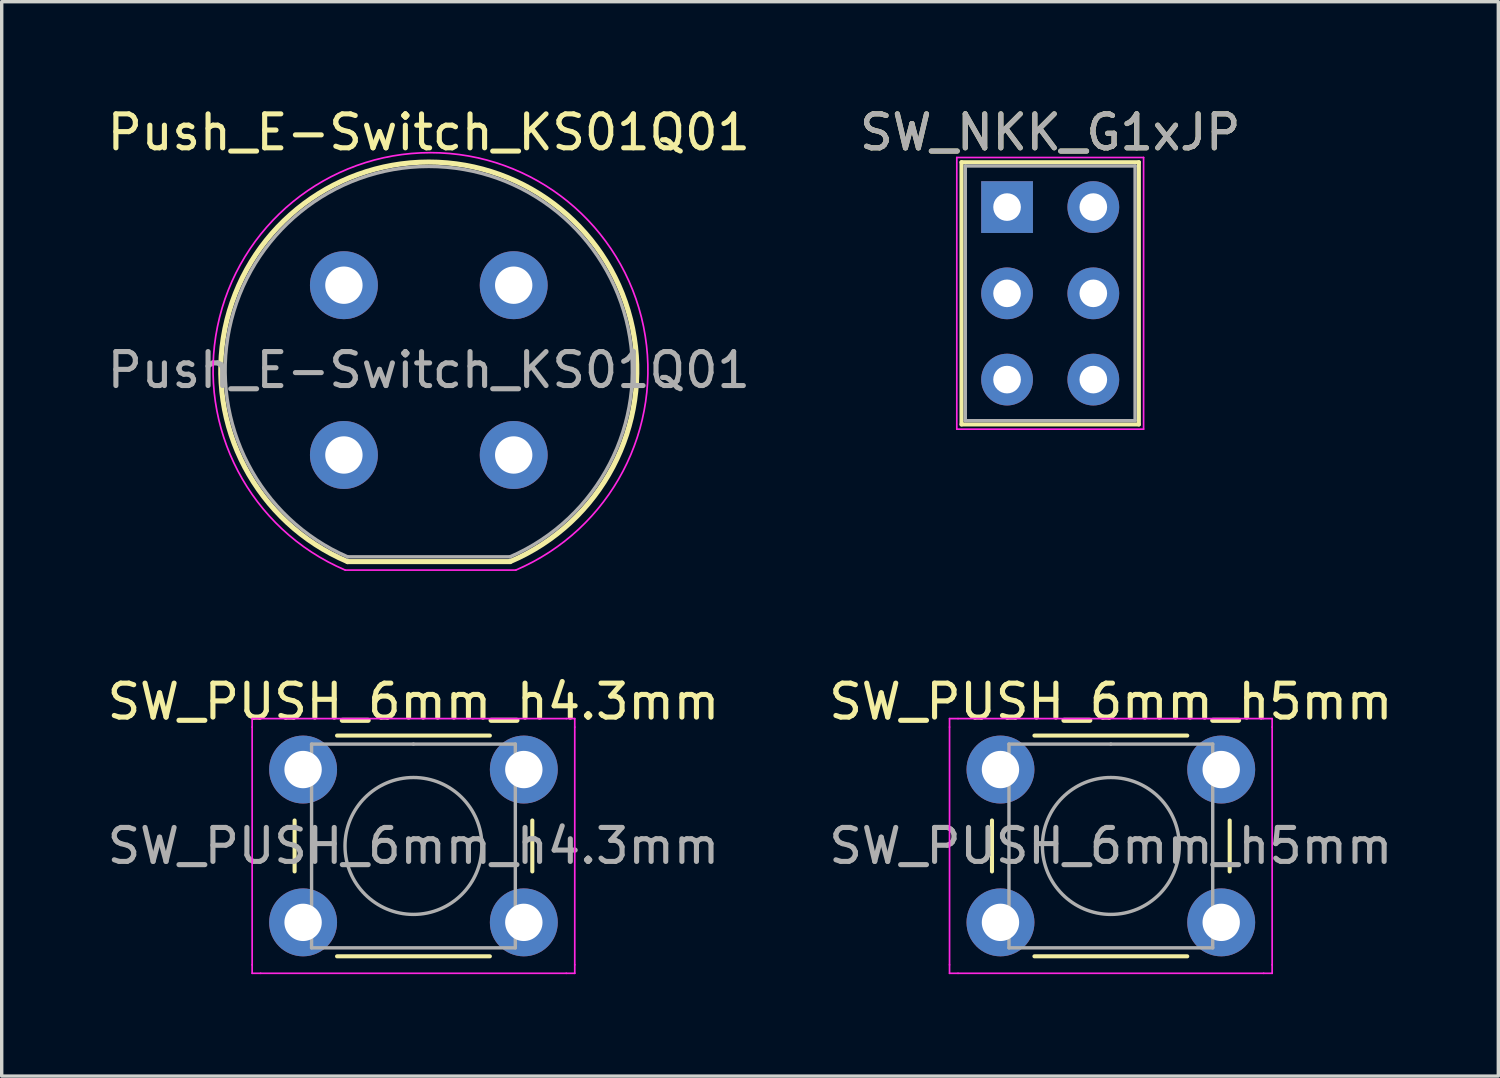
<source format=kicad_pcb>
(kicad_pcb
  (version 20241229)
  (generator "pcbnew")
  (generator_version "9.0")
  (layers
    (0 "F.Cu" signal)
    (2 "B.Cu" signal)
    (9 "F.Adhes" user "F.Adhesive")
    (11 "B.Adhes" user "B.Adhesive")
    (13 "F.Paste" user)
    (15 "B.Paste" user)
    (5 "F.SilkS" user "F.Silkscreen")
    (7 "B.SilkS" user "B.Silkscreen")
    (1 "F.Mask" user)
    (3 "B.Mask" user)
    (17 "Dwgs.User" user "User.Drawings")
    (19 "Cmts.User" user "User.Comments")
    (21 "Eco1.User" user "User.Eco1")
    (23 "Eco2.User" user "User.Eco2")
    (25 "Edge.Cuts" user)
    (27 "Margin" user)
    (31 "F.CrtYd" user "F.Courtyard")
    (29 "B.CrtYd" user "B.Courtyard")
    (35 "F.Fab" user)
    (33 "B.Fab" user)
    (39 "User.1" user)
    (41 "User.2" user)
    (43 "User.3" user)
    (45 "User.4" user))
  (footprint "SW_PUSH_6mm_h4.3mm"
    (layer "F.Cu")
    (at 5.875 19.611)
    (property "Reference" "SW_PUSH_6mm_h4.3mm" (at 3.25 -2 0) (layer "F.SilkS") (effects (font (size 1 1) (thickness 0.15))))
    (attr through_hole)
    (fp_line (start -0.25 1.5) (end -0.25 3) (stroke (width 0.12) (type solid)) (layer "F.SilkS"))
    (fp_line (start 1 5.5) (end 5.5 5.5) (stroke (width 0.12) (type solid)) (layer "F.SilkS"))
    (fp_line (start 5.5 -1) (end 1 -1) (stroke (width 0.12) (type solid)) (layer "F.SilkS"))
    (fp_line (start 6.75 3) (end 6.75 1.5) (stroke (width 0.12) (type solid)) (layer "F.SilkS"))
    (fp_line (start -1.5 -1.5) (end -1.25 -1.5) (stroke (width 0.05) (type solid)) (layer "F.CrtYd"))
    (fp_line (start -1.5 -1.25) (end -1.5 -1.5) (stroke (width 0.05) (type solid)) (layer "F.CrtYd"))
    (fp_line (start -1.5 5.75) (end -1.5 -1.25) (stroke (width 0.05) (type solid)) (layer "F.CrtYd"))
    (fp_line (start -1.5 5.75) (end -1.5 6) (stroke (width 0.05) (type solid)) (layer "F.CrtYd"))
    (fp_line (start -1.5 6) (end -1.25 6) (stroke (width 0.05) (type solid)) (layer "F.CrtYd"))
    (fp_line (start -1.25 -1.5) (end 7.75 -1.5) (stroke (width 0.05) (type solid)) (layer "F.CrtYd"))
    (fp_line (start 7.75 -1.5) (end 8 -1.5) (stroke (width 0.05) (type solid)) (layer "F.CrtYd"))
    (fp_line (start 7.75 6) (end -1.25 6) (stroke (width 0.05) (type solid)) (layer "F.CrtYd"))
    (fp_line (start 7.75 6) (end 8 6) (stroke (width 0.05) (type solid)) (layer "F.CrtYd"))
    (fp_line (start 8 -1.5) (end 8 -1.25) (stroke (width 0.05) (type solid)) (layer "F.CrtYd"))
    (fp_line (start 8 -1.25) (end 8 5.75) (stroke (width 0.05) (type solid)) (layer "F.CrtYd"))
    (fp_line (start 8 6) (end 8 5.75) (stroke (width 0.05) (type solid)) (layer "F.CrtYd"))
    (fp_line (start 0.25 -0.75) (end 3.25 -0.75) (stroke (width 0.1) (type solid)) (layer "F.Fab"))
    (fp_line (start 0.25 5.25) (end 0.25 -0.75) (stroke (width 0.1) (type solid)) (layer "F.Fab"))
    (fp_line (start 3.25 -0.75) (end 6.25 -0.75) (stroke (width 0.1) (type solid)) (layer "F.Fab"))
    (fp_line (start 6.25 -0.75) (end 6.25 5.25) (stroke (width 0.1) (type solid)) (layer "F.Fab"))
    (fp_line (start 6.25 5.25) (end 0.25 5.25) (stroke (width 0.1) (type solid)) (layer "F.Fab"))
    (fp_circle (center 3.25 2.25) (end 1.25 2.5) (stroke (width 0.1) (type solid)) (fill no) (layer "F.Fab"))
    (fp_text user "${REFERENCE}" (at 3.25 2.25 0) (layer "F.Fab") (effects (font (size 1 1) (thickness 0.15))))
    (pad "1" thru_hole circle (at 0 0 90) (size 2 2) (drill 1.1) (layers "*.Cu" "*.Mask"))
    (pad "1" thru_hole circle (at 6.5 0 90) (size 2 2) (drill 1.1) (layers "*.Cu" "*.Mask"))
    (pad "2" thru_hole circle (at 0 4.5 90) (size 2 2) (drill 1.1) (layers "*.Cu" "*.Mask"))
    (pad "2" thru_hole circle (at 6.5 4.5 90) (size 2 2) (drill 1.1) (layers "*.Cu" "*.Mask")))
  (footprint "SW_PUSH_6mm_h5mm"
    (layer "F.Cu")
    (at 26.411 19.611)
    (property "Reference" "SW_PUSH_6mm_h5mm" (at 3.25 -2 0) (layer "F.SilkS") (effects (font (size 1 1) (thickness 0.15))))
    (attr through_hole)
    (fp_line (start -0.25 1.5) (end -0.25 3) (stroke (width 0.12) (type solid)) (layer "F.SilkS"))
    (fp_line (start 1 5.5) (end 5.5 5.5) (stroke (width 0.12) (type solid)) (layer "F.SilkS"))
    (fp_line (start 5.5 -1) (end 1 -1) (stroke (width 0.12) (type solid)) (layer "F.SilkS"))
    (fp_line (start 6.75 3) (end 6.75 1.5) (stroke (width 0.12) (type solid)) (layer "F.SilkS"))
    (fp_line (start -1.5 -1.5) (end -1.25 -1.5) (stroke (width 0.05) (type solid)) (layer "F.CrtYd"))
    (fp_line (start -1.5 -1.25) (end -1.5 -1.5) (stroke (width 0.05) (type solid)) (layer "F.CrtYd"))
    (fp_line (start -1.5 5.75) (end -1.5 -1.25) (stroke (width 0.05) (type solid)) (layer "F.CrtYd"))
    (fp_line (start -1.5 5.75) (end -1.5 6) (stroke (width 0.05) (type solid)) (layer "F.CrtYd"))
    (fp_line (start -1.5 6) (end -1.25 6) (stroke (width 0.05) (type solid)) (layer "F.CrtYd"))
    (fp_line (start -1.25 -1.5) (end 7.75 -1.5) (stroke (width 0.05) (type solid)) (layer "F.CrtYd"))
    (fp_line (start 7.75 -1.5) (end 8 -1.5) (stroke (width 0.05) (type solid)) (layer "F.CrtYd"))
    (fp_line (start 7.75 6) (end -1.25 6) (stroke (width 0.05) (type solid)) (layer "F.CrtYd"))
    (fp_line (start 7.75 6) (end 8 6) (stroke (width 0.05) (type solid)) (layer "F.CrtYd"))
    (fp_line (start 8 -1.5) (end 8 -1.25) (stroke (width 0.05) (type solid)) (layer "F.CrtYd"))
    (fp_line (start 8 -1.25) (end 8 5.75) (stroke (width 0.05) (type solid)) (layer "F.CrtYd"))
    (fp_line (start 8 6) (end 8 5.75) (stroke (width 0.05) (type solid)) (layer "F.CrtYd"))
    (fp_line (start 0.25 -0.75) (end 3.25 -0.75) (stroke (width 0.1) (type solid)) (layer "F.Fab"))
    (fp_line (start 0.25 5.25) (end 0.25 -0.75) (stroke (width 0.1) (type solid)) (layer "F.Fab"))
    (fp_line (start 3.25 -0.75) (end 6.25 -0.75) (stroke (width 0.1) (type solid)) (layer "F.Fab"))
    (fp_line (start 6.25 -0.75) (end 6.25 5.25) (stroke (width 0.1) (type solid)) (layer "F.Fab"))
    (fp_line (start 6.25 5.25) (end 0.25 5.25) (stroke (width 0.1) (type solid)) (layer "F.Fab"))
    (fp_circle (center 3.25 2.25) (end 1.25 2.5) (stroke (width 0.1) (type solid)) (fill no) (layer "F.Fab"))
    (fp_text user "${REFERENCE}" (at 3.25 2.25 0) (layer "F.Fab") (effects (font (size 1 1) (thickness 0.15))))
    (pad "1" thru_hole circle (at 0 0 90) (size 2 2) (drill 1.1) (layers "*.Cu" "*.Mask"))
    (pad "1" thru_hole circle (at 6.5 0 90) (size 2 2) (drill 1.1) (layers "*.Cu" "*.Mask"))
    (pad "2" thru_hole circle (at 0 4.5 90) (size 2 2) (drill 1.1) (layers "*.Cu" "*.Mask"))
    (pad "2" thru_hole circle (at 6.5 4.5 90) (size 2 2) (drill 1.1) (layers "*.Cu" "*.Mask")))
  (footprint "Push_E-Switch_KS01Q01"
    (layer "F.Cu")
    (at 7.077 5.348)
    (property "Reference" "Push_E-Switch_KS01Q01" (at 2.5 -4.5 0) (layer "F.SilkS") (effects (font (size 1 1) (thickness 0.15))))
    (attr through_hole)
    (fp_line (start 4.89 8.14) (end 0.11 8.14) (stroke (width 0.15) (type solid)) (layer "F.SilkS"))
    (fp_arc (start 0.11 8.14) (mid 2.496283 -3.625495) (end 4.896843 8.137095) (stroke (width 0.15) (type solid)) (layer "F.SilkS"))
    (fp_line (start 0.04 8.39) (end 5.06 8.39) (stroke (width 0.05) (type solid)) (layer "F.CrtYd"))
    (fp_arc (start 0.04 8.39) (mid 2.55 -3.902515) (end 5.06 8.39) (stroke (width 0.05) (type solid)) (layer "F.CrtYd"))
    (fp_line (start 0.11 8) (end 4.89 8) (stroke (width 0.1) (type solid)) (layer "F.Fab"))
    (fp_arc (start 0.11 8) (mid 2.498654 -3.496841) (end 4.892469 7.998926) (stroke (width 0.1) (type solid)) (layer "F.Fab"))
    (fp_text user "${REFERENCE}" (at 2.5 2.5 0) (layer "F.Fab") (effects (font (size 1 1) (thickness 0.15))))
    (pad "1" thru_hole circle (at 0 0) (size 2 2) (drill 1.1) (layers "*.Cu" "*.Mask"))
    (pad "2" thru_hole circle (at 5 0) (size 2 2) (drill 1.1) (layers "*.Cu" "*.Mask"))
    (pad "3" thru_hole circle (at 0 5) (size 2 2) (drill 1.1) (layers "*.Cu" "*.Mask"))
    (pad "4" thru_hole circle (at 5 5) (size 2 2) (drill 1.1) (layers "*.Cu" "*.Mask")))
  (footprint "SW_NKK_G1xJP"
    (layer "F.Cu")
    (at 26.605 3.048)
    (property "Reference" "SW_NKK_G1xJP" (at 1.27 -2.2 0) (layer "F.SilkS") (effects (font (size 1 1) (thickness 0.15))))
    (attr through_hole)
    (fp_line (start -1.341 -1.321) (end 3.881 -1.321) (stroke (width 0.12) (type solid)) (layer "F.SilkS"))
    (fp_line (start -1.341 6.401) (end -1.341 -1.321) (stroke (width 0.12) (type solid)) (layer "F.SilkS"))
    (fp_line (start -1.341 6.401) (end 3.881 6.401) (stroke (width 0.12) (type solid)) (layer "F.SilkS"))
    (fp_line (start 3.881 -1.321) (end 3.881 6.401) (stroke (width 0.12) (type solid)) (layer "F.SilkS"))
    (fp_line (start -1.48 6.54) (end -1.48 -1.46) (stroke (width 0.05) (type solid)) (layer "F.CrtYd"))
    (fp_line (start -1.48 6.54) (end 4.02 6.54) (stroke (width 0.05) (type solid)) (layer "F.CrtYd"))
    (fp_line (start 4.02 -1.46) (end -1.48 -1.46) (stroke (width 0.05) (type solid)) (layer "F.CrtYd"))
    (fp_line (start 4.02 -1.46) (end 4.02 6.54) (stroke (width 0.05) (type solid)) (layer "F.CrtYd"))
    (fp_line (start -1.23 -1.21) (end 3.77 -1.21) (stroke (width 0.1) (type solid)) (layer "F.Fab"))
    (fp_line (start -1.23 6.29) (end -1.23 -1.21) (stroke (width 0.1) (type solid)) (layer "F.Fab"))
    (fp_line (start -1.23 6.29) (end 3.77 6.29) (stroke (width 0.1) (type solid)) (layer "F.Fab"))
    (fp_line (start 3.77 6.29) (end 3.77 -1.21) (stroke (width 0.1) (type solid)) (layer "F.Fab"))
    (fp_text user "${REFERENCE}" (at 1.27 -2.2 0) (layer "F.Fab") (effects (font (size 1 1) (thickness 0.15))))
    (pad "1" thru_hole rect (at 0 0) (size 1.524 1.524) (drill 0.813) (layers "*.Cu" "*.Mask"))
    (pad "2" thru_hole circle (at 0 2.54) (size 1.524 1.524) (drill 0.813) (layers "*.Cu" "*.Mask"))
    (pad "3" thru_hole circle (at 0 5.08) (size 1.524 1.524) (drill 0.813) (layers "*.Cu" "*.Mask"))
    (pad "4" thru_hole circle (at 2.54 5.08) (size 1.524 1.524) (drill 0.813) (layers "*.Cu" "*.Mask"))
    (pad "5" thru_hole circle (at 2.54 2.54) (size 1.524 1.524) (drill 0.813) (layers "*.Cu" "*.Mask"))
    (pad "6" thru_hole circle (at 2.54 0) (size 1.524 1.524) (drill 0.813) (layers "*.Cu" "*.Mask")))
  (gr_rect
    (start -3 -3)
    (end 41.071 28.637)
    (stroke (width 0.1) (type default))
    (fill no)
    (layer "Edge.Cuts")))
</source>
